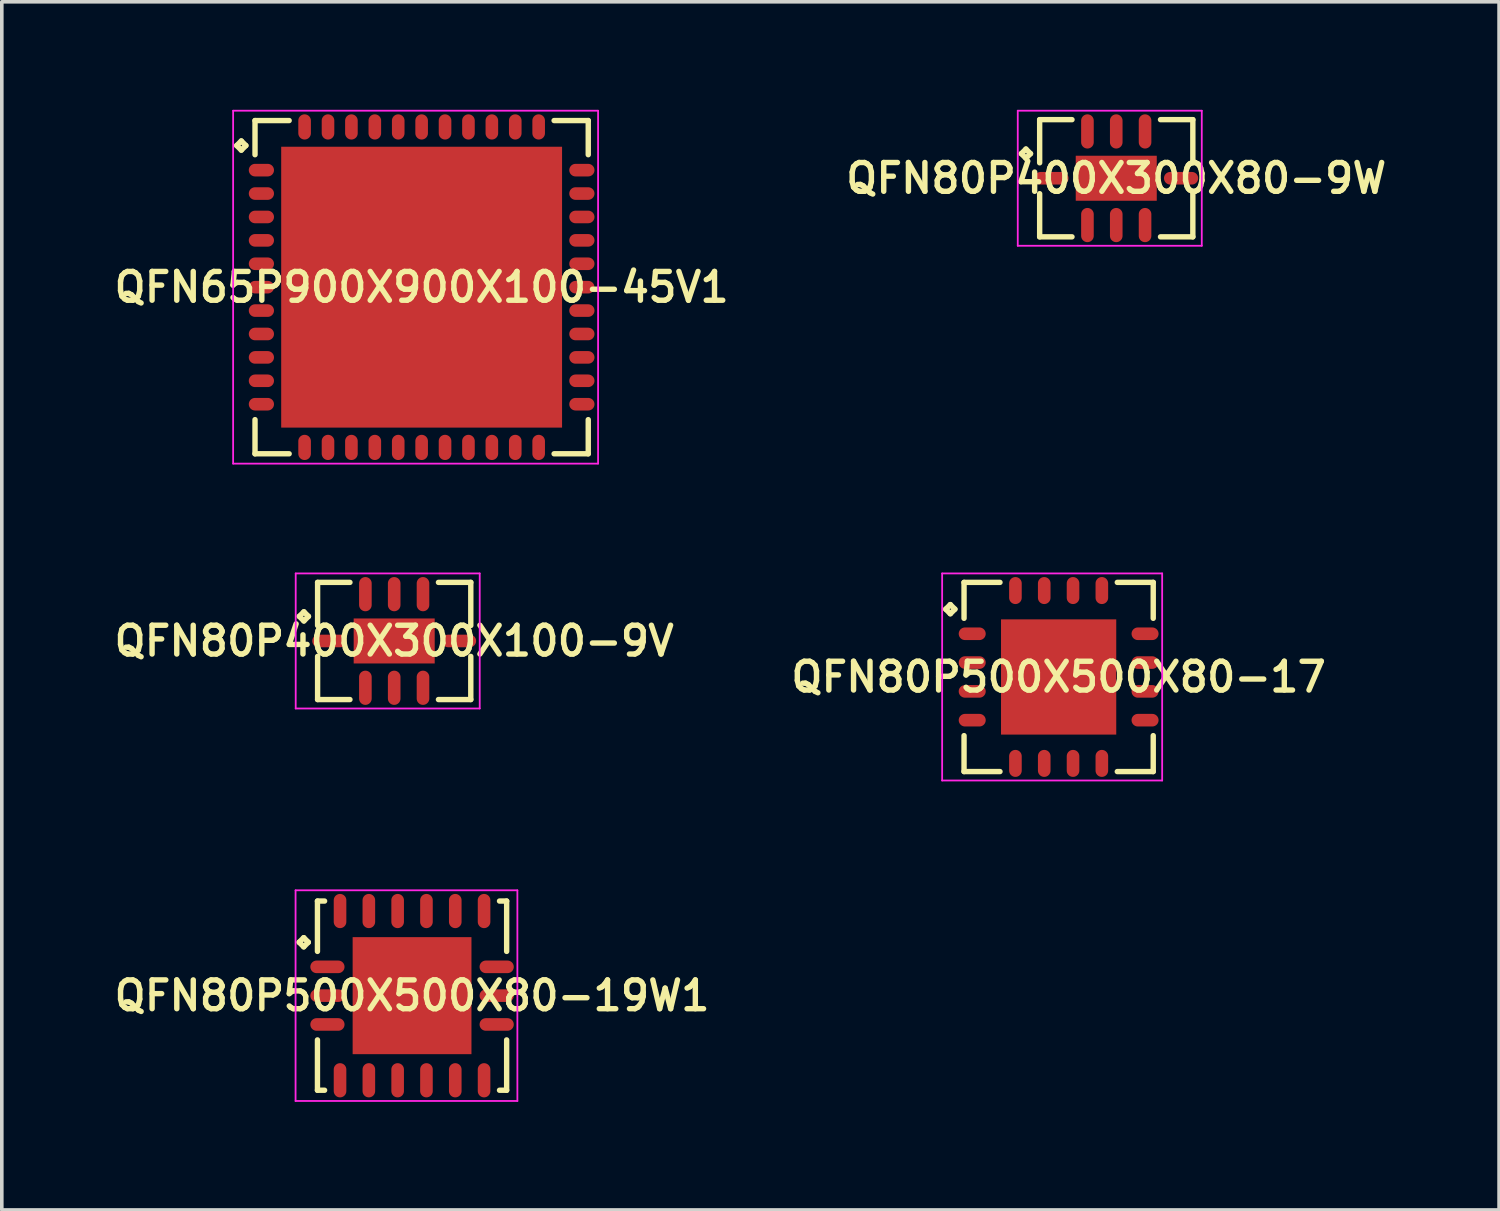
<source format=kicad_pcb>
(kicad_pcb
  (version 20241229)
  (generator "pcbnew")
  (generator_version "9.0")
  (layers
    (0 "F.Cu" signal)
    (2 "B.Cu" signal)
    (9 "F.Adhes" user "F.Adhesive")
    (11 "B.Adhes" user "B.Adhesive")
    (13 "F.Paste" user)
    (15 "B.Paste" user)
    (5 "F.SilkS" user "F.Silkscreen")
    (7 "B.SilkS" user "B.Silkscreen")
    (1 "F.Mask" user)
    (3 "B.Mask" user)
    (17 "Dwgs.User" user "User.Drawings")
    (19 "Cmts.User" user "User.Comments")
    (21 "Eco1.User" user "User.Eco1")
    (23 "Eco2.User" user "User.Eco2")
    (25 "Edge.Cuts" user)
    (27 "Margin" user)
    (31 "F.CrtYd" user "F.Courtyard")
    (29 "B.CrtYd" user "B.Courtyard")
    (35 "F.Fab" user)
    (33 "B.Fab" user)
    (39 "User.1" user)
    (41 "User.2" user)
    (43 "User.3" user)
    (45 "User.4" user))
  (footprint "QFN65P900X900X100-45V1"
    (layer "F.Cu")
    (at 8.659 4.925)
    (property "Reference" "QFN65P900X900X100-45V1" (at 0 0 0) (layer "F.SilkS") (effects (font (size 0.8 0.8) (thickness 0.15))))
    (attr smd)
    (fp_line (start -5.135 -3.933) (end -5.008 -4.06) (stroke (width 0.15) (type solid)) (layer "F.SilkS"))
    (fp_line (start -5.008 -4.06) (end -4.881 -3.933) (stroke (width 0.15) (type solid)) (layer "F.SilkS"))
    (fp_line (start -5.008 -3.806) (end -5.135 -3.933) (stroke (width 0.15) (type solid)) (layer "F.SilkS"))
    (fp_line (start -4.881 -3.933) (end -5.008 -3.806) (stroke (width 0.15) (type solid)) (layer "F.SilkS"))
    (fp_line (start -4.627 -4.627) (end -3.679 -4.627) (stroke (width 0.15) (type solid)) (layer "F.SilkS"))
    (fp_line (start -4.627 -3.679) (end -4.627 -4.627) (stroke (width 0.15) (type solid)) (layer "F.SilkS"))
    (fp_line (start -4.627 3.679) (end -4.627 4.627) (stroke (width 0.15) (type solid)) (layer "F.SilkS"))
    (fp_line (start -4.627 4.627) (end -3.679 4.627) (stroke (width 0.15) (type solid)) (layer "F.SilkS"))
    (fp_line (start 3.679 -4.627) (end 4.627 -4.627) (stroke (width 0.15) (type solid)) (layer "F.SilkS"))
    (fp_line (start 3.679 4.627) (end 4.627 4.627) (stroke (width 0.15) (type solid)) (layer "F.SilkS"))
    (fp_line (start 4.627 -4.627) (end 4.627 -3.679) (stroke (width 0.15) (type solid)) (layer "F.SilkS"))
    (fp_line (start 4.627 4.627) (end 4.627 3.679) (stroke (width 0.15) (type solid)) (layer "F.SilkS"))
    (fp_line (start -5.235 -4.9) (end 4.9 -4.9) (stroke (width 0.05) (type solid)) (layer "F.CrtYd"))
    (fp_line (start -5.235 4.9) (end -5.235 -4.9) (stroke (width 0.05) (type solid)) (layer "F.CrtYd"))
    (fp_line (start 4.9 -4.9) (end 4.9 4.9) (stroke (width 0.05) (type solid)) (layer "F.CrtYd"))
    (fp_line (start 4.9 4.9) (end -5.235 4.9) (stroke (width 0.05) (type solid)) (layer "F.CrtYd"))
    (pad "1" smd oval (at -4.45 -3.25) (size 0.7 0.35) (layers "F.Cu" "F.Mask" "F.Paste"))
    (pad "2" smd oval (at -4.45 -2.6) (size 0.7 0.35) (layers "F.Cu" "F.Mask" "F.Paste"))
    (pad "3" smd oval (at -4.45 -1.95) (size 0.7 0.35) (layers "F.Cu" "F.Mask" "F.Paste"))
    (pad "4" smd oval (at -4.45 -1.3) (size 0.7 0.35) (layers "F.Cu" "F.Mask" "F.Paste"))
    (pad "5" smd oval (at -4.45 -0.65) (size 0.7 0.35) (layers "F.Cu" "F.Mask" "F.Paste"))
    (pad "6" smd oval (at -4.45 0) (size 0.7 0.35) (layers "F.Cu" "F.Mask" "F.Paste"))
    (pad "7" smd oval (at -4.45 0.65) (size 0.7 0.35) (layers "F.Cu" "F.Mask" "F.Paste"))
    (pad "8" smd oval (at -4.45 1.3) (size 0.7 0.35) (layers "F.Cu" "F.Mask" "F.Paste"))
    (pad "9" smd oval (at -4.45 1.95) (size 0.7 0.35) (layers "F.Cu" "F.Mask" "F.Paste"))
    (pad "10" smd oval (at -4.45 2.6) (size 0.7 0.35) (layers "F.Cu" "F.Mask" "F.Paste"))
    (pad "11" smd oval (at -4.45 3.25) (size 0.7 0.35) (layers "F.Cu" "F.Mask" "F.Paste"))
    (pad "12" smd oval (at -3.25 4.45) (size 0.35 0.7) (layers "F.Cu" "F.Mask" "F.Paste"))
    (pad "13" smd oval (at -2.6 4.45) (size 0.35 0.7) (layers "F.Cu" "F.Mask" "F.Paste"))
    (pad "14" smd oval (at -1.95 4.45) (size 0.35 0.7) (layers "F.Cu" "F.Mask" "F.Paste"))
    (pad "15" smd oval (at -1.3 4.45) (size 0.35 0.7) (layers "F.Cu" "F.Mask" "F.Paste"))
    (pad "16" smd oval (at -0.65 4.45) (size 0.35 0.7) (layers "F.Cu" "F.Mask" "F.Paste"))
    (pad "17" smd oval (at 0 4.45) (size 0.35 0.7) (layers "F.Cu" "F.Mask" "F.Paste"))
    (pad "18" smd oval (at 0.65 4.45) (size 0.35 0.7) (layers "F.Cu" "F.Mask" "F.Paste"))
    (pad "19" smd oval (at 1.3 4.45) (size 0.35 0.7) (layers "F.Cu" "F.Mask" "F.Paste"))
    (pad "20" smd oval (at 1.95 4.45) (size 0.35 0.7) (layers "F.Cu" "F.Mask" "F.Paste"))
    (pad "21" smd oval (at 2.6 4.45) (size 0.35 0.7) (layers "F.Cu" "F.Mask" "F.Paste"))
    (pad "22" smd oval (at 3.25 4.45) (size 0.35 0.7) (layers "F.Cu" "F.Mask" "F.Paste"))
    (pad "23" smd oval (at 4.45 3.25) (size 0.7 0.35) (layers "F.Cu" "F.Mask" "F.Paste"))
    (pad "24" smd oval (at 4.45 2.6) (size 0.7 0.35) (layers "F.Cu" "F.Mask" "F.Paste"))
    (pad "25" smd oval (at 4.45 1.95) (size 0.7 0.35) (layers "F.Cu" "F.Mask" "F.Paste"))
    (pad "26" smd oval (at 4.45 1.3) (size 0.7 0.35) (layers "F.Cu" "F.Mask" "F.Paste"))
    (pad "27" smd oval (at 4.45 0.65) (size 0.7 0.35) (layers "F.Cu" "F.Mask" "F.Paste"))
    (pad "28" smd oval (at 4.45 0) (size 0.7 0.35) (layers "F.Cu" "F.Mask" "F.Paste"))
    (pad "29" smd oval (at 4.45 -0.65) (size 0.7 0.35) (layers "F.Cu" "F.Mask" "F.Paste"))
    (pad "30" smd oval (at 4.45 -1.3) (size 0.7 0.35) (layers "F.Cu" "F.Mask" "F.Paste"))
    (pad "31" smd oval (at 4.45 -1.95) (size 0.7 0.35) (layers "F.Cu" "F.Mask" "F.Paste"))
    (pad "32" smd oval (at 4.45 -2.6) (size 0.7 0.35) (layers "F.Cu" "F.Mask" "F.Paste"))
    (pad "33" smd oval (at 4.45 -3.25) (size 0.7 0.35) (layers "F.Cu" "F.Mask" "F.Paste"))
    (pad "34" smd oval (at 3.25 -4.45) (size 0.35 0.7) (layers "F.Cu" "F.Mask" "F.Paste"))
    (pad "35" smd oval (at 2.6 -4.45) (size 0.35 0.7) (layers "F.Cu" "F.Mask" "F.Paste"))
    (pad "36" smd oval (at 1.95 -4.45) (size 0.35 0.7) (layers "F.Cu" "F.Mask" "F.Paste"))
    (pad "37" smd oval (at 1.3 -4.45) (size 0.35 0.7) (layers "F.Cu" "F.Mask" "F.Paste"))
    (pad "38" smd oval (at 0.65 -4.45) (size 0.35 0.7) (layers "F.Cu" "F.Mask" "F.Paste"))
    (pad "39" smd oval (at 0 -4.45) (size 0.35 0.7) (layers "F.Cu" "F.Mask" "F.Paste"))
    (pad "40" smd oval (at -0.65 -4.45) (size 0.35 0.7) (layers "F.Cu" "F.Mask" "F.Paste"))
    (pad "41" smd oval (at -1.3 -4.45) (size 0.35 0.7) (layers "F.Cu" "F.Mask" "F.Paste"))
    (pad "42" smd oval (at -1.95 -4.45) (size 0.35 0.7) (layers "F.Cu" "F.Mask" "F.Paste"))
    (pad "43" smd oval (at -2.6 -4.45) (size 0.35 0.7) (layers "F.Cu" "F.Mask" "F.Paste"))
    (pad "44" smd oval (at -3.25 -4.45) (size 0.35 0.7) (layers "F.Cu" "F.Mask" "F.Paste"))
    (pad "45" smd rect (at 0 0) (size 7.8 7.8) (layers "F.Cu" "F.Mask" "F.Paste")))
  (footprint "QFN80P400X300X80-9W"
    (layer "F.Cu")
    (at 27.949 1.9)
    (property "Reference" "QFN80P400X300X80-9W" (at 0 0 0) (layer "F.SilkS") (effects (font (size 0.8 0.8) (thickness 0.15))))
    (attr smd)
    (fp_line (start -2.635 -0.683) (end -2.508 -0.81) (stroke (width 0.15) (type solid)) (layer "F.SilkS"))
    (fp_line (start -2.508 -0.81) (end -2.381 -0.683) (stroke (width 0.15) (type solid)) (layer "F.SilkS"))
    (fp_line (start -2.508 -0.556) (end -2.635 -0.683) (stroke (width 0.15) (type solid)) (layer "F.SilkS"))
    (fp_line (start -2.381 -0.683) (end -2.508 -0.556) (stroke (width 0.15) (type solid)) (layer "F.SilkS"))
    (fp_line (start -2.127 -1.627) (end -1.229 -1.627) (stroke (width 0.15) (type solid)) (layer "F.SilkS"))
    (fp_line (start -2.127 -0.429) (end -2.127 -1.627) (stroke (width 0.15) (type solid)) (layer "F.SilkS"))
    (fp_line (start -2.127 0.429) (end -2.127 1.627) (stroke (width 0.15) (type solid)) (layer "F.SilkS"))
    (fp_line (start -2.127 1.627) (end -1.229 1.627) (stroke (width 0.15) (type solid)) (layer "F.SilkS"))
    (fp_line (start 1.229 -1.627) (end 2.127 -1.627) (stroke (width 0.15) (type solid)) (layer "F.SilkS"))
    (fp_line (start 1.229 1.627) (end 2.127 1.627) (stroke (width 0.15) (type solid)) (layer "F.SilkS"))
    (fp_line (start 2.127 -1.627) (end 2.127 -0.429) (stroke (width 0.15) (type solid)) (layer "F.SilkS"))
    (fp_line (start 2.127 1.627) (end 2.127 0.429) (stroke (width 0.15) (type solid)) (layer "F.SilkS"))
    (fp_line (start -2.735 -1.875) (end 2.375 -1.875) (stroke (width 0.05) (type solid)) (layer "F.CrtYd"))
    (fp_line (start -2.735 1.875) (end -2.735 -1.875) (stroke (width 0.05) (type solid)) (layer "F.CrtYd"))
    (fp_line (start 2.375 -1.875) (end 2.375 1.875) (stroke (width 0.05) (type solid)) (layer "F.CrtYd"))
    (fp_line (start 2.375 1.875) (end -2.735 1.875) (stroke (width 0.05) (type solid)) (layer "F.CrtYd"))
    (pad "1" smd oval (at -1.8 0) (size 0.95 0.35) (layers "F.Cu" "F.Mask" "F.Paste"))
    (pad "2" smd oval (at -0.8 1.3) (size 0.35 0.95) (layers "F.Cu" "F.Mask" "F.Paste"))
    (pad "3" smd oval (at 0 1.3) (size 0.35 0.95) (layers "F.Cu" "F.Mask" "F.Paste"))
    (pad "4" smd oval (at 0.8 1.3) (size 0.35 0.95) (layers "F.Cu" "F.Mask" "F.Paste"))
    (pad "5" smd oval (at 1.8 0) (size 0.95 0.35) (layers "F.Cu" "F.Mask" "F.Paste"))
    (pad "6" smd oval (at 0.8 -1.3) (size 0.35 0.95) (layers "F.Cu" "F.Mask" "F.Paste"))
    (pad "7" smd oval (at 0 -1.3) (size 0.35 0.95) (layers "F.Cu" "F.Mask" "F.Paste"))
    (pad "8" smd oval (at -0.8 -1.3) (size 0.35 0.95) (layers "F.Cu" "F.Mask" "F.Paste"))
    (pad "9" smd rect (at 0 0) (size 2.25 1.25) (layers "F.Cu" "F.Mask" "F.Paste")))
  (footprint "QFN80P500X500X80-19W1"
    (layer "F.Cu")
    (at 8.393 24.6)
    (property "Reference" "QFN80P500X500X80-19W1" (at 0 0 0) (layer "F.SilkS") (effects (font (size 0.8 0.8) (thickness 0.15))))
    (attr smd)
    (fp_line (start -3.135 -1.483) (end -3.008 -1.61) (stroke (width 0.15) (type solid)) (layer "F.SilkS"))
    (fp_line (start -3.008 -1.61) (end -2.881 -1.483) (stroke (width 0.15) (type solid)) (layer "F.SilkS"))
    (fp_line (start -3.008 -1.356) (end -3.135 -1.483) (stroke (width 0.15) (type solid)) (layer "F.SilkS"))
    (fp_line (start -2.881 -1.483) (end -3.008 -1.356) (stroke (width 0.15) (type solid)) (layer "F.SilkS"))
    (fp_line (start -2.627 -2.627) (end -2.429 -2.627) (stroke (width 0.15) (type solid)) (layer "F.SilkS"))
    (fp_line (start -2.627 -1.229) (end -2.627 -2.627) (stroke (width 0.15) (type solid)) (layer "F.SilkS"))
    (fp_line (start -2.627 1.229) (end -2.627 2.627) (stroke (width 0.15) (type solid)) (layer "F.SilkS"))
    (fp_line (start -2.627 2.627) (end -2.429 2.627) (stroke (width 0.15) (type solid)) (layer "F.SilkS"))
    (fp_line (start 2.429 -2.627) (end 2.627 -2.627) (stroke (width 0.15) (type solid)) (layer "F.SilkS"))
    (fp_line (start 2.429 2.627) (end 2.627 2.627) (stroke (width 0.15) (type solid)) (layer "F.SilkS"))
    (fp_line (start 2.627 -2.627) (end 2.627 -1.229) (stroke (width 0.15) (type solid)) (layer "F.SilkS"))
    (fp_line (start 2.627 2.627) (end 2.627 1.229) (stroke (width 0.15) (type solid)) (layer "F.SilkS"))
    (fp_line (start -3.235 -2.925) (end 2.925 -2.925) (stroke (width 0.05) (type solid)) (layer "F.CrtYd"))
    (fp_line (start -3.235 2.925) (end -3.235 -2.925) (stroke (width 0.05) (type solid)) (layer "F.CrtYd"))
    (fp_line (start 2.925 -2.925) (end 2.925 2.925) (stroke (width 0.05) (type solid)) (layer "F.CrtYd"))
    (fp_line (start 2.925 2.925) (end -3.235 2.925) (stroke (width 0.05) (type solid)) (layer "F.CrtYd"))
    (pad "1" smd oval (at -2.35 -0.8) (size 0.95 0.35) (layers "F.Cu" "F.Mask" "F.Paste"))
    (pad "2" smd oval (at -2.35 0) (size 0.95 0.35) (layers "F.Cu" "F.Mask" "F.Paste"))
    (pad "3" smd oval (at -2.35 0.8) (size 0.95 0.35) (layers "F.Cu" "F.Mask" "F.Paste"))
    (pad "4" smd oval (at -2 2.35) (size 0.35 0.95) (layers "F.Cu" "F.Mask" "F.Paste"))
    (pad "5" smd oval (at -1.2 2.35) (size 0.35 0.95) (layers "F.Cu" "F.Mask" "F.Paste"))
    (pad "6" smd oval (at -0.4 2.35) (size 0.35 0.95) (layers "F.Cu" "F.Mask" "F.Paste"))
    (pad "7" smd oval (at 0.4 2.35) (size 0.35 0.95) (layers "F.Cu" "F.Mask" "F.Paste"))
    (pad "8" smd oval (at 1.2 2.35) (size 0.35 0.95) (layers "F.Cu" "F.Mask" "F.Paste"))
    (pad "9" smd oval (at 2 2.35) (size 0.35 0.95) (layers "F.Cu" "F.Mask" "F.Paste"))
    (pad "10" smd oval (at 2.35 0.8) (size 0.95 0.35) (layers "F.Cu" "F.Mask" "F.Paste"))
    (pad "11" smd oval (at 2.35 0) (size 0.95 0.35) (layers "F.Cu" "F.Mask" "F.Paste"))
    (pad "12" smd oval (at 2.35 -0.8) (size 0.95 0.35) (layers "F.Cu" "F.Mask" "F.Paste"))
    (pad "13" smd oval (at 2 -2.35) (size 0.35 0.95) (layers "F.Cu" "F.Mask" "F.Paste"))
    (pad "14" smd oval (at 1.2 -2.35) (size 0.35 0.95) (layers "F.Cu" "F.Mask" "F.Paste"))
    (pad "15" smd oval (at 0.4 -2.35) (size 0.35 0.95) (layers "F.Cu" "F.Mask" "F.Paste"))
    (pad "16" smd oval (at -0.4 -2.35) (size 0.35 0.95) (layers "F.Cu" "F.Mask" "F.Paste"))
    (pad "17" smd oval (at -1.2 -2.35) (size 0.35 0.95) (layers "F.Cu" "F.Mask" "F.Paste"))
    (pad "18" smd oval (at -2 -2.35) (size 0.35 0.95) (layers "F.Cu" "F.Mask" "F.Paste"))
    (pad "19" smd rect (at 0 0) (size 3.3 3.25) (layers "F.Cu" "F.Mask" "F.Paste")))
  (footprint "QFN80P400X300X100-9V"
    (layer "F.Cu")
    (at 7.897 14.75)
    (property "Reference" "QFN80P400X300X100-9V" (at 0 0 0) (layer "F.SilkS") (effects (font (size 0.8 0.8) (thickness 0.15))))
    (attr smd)
    (fp_line (start -2.635 -0.683) (end -2.508 -0.81) (stroke (width 0.15) (type solid)) (layer "F.SilkS"))
    (fp_line (start -2.508 -0.81) (end -2.381 -0.683) (stroke (width 0.15) (type solid)) (layer "F.SilkS"))
    (fp_line (start -2.508 -0.556) (end -2.635 -0.683) (stroke (width 0.15) (type solid)) (layer "F.SilkS"))
    (fp_line (start -2.381 -0.683) (end -2.508 -0.556) (stroke (width 0.15) (type solid)) (layer "F.SilkS"))
    (fp_line (start -2.127 -1.627) (end -1.229 -1.627) (stroke (width 0.15) (type solid)) (layer "F.SilkS"))
    (fp_line (start -2.127 -0.429) (end -2.127 -1.627) (stroke (width 0.15) (type solid)) (layer "F.SilkS"))
    (fp_line (start -2.127 0.429) (end -2.127 1.627) (stroke (width 0.15) (type solid)) (layer "F.SilkS"))
    (fp_line (start -2.127 1.627) (end -1.229 1.627) (stroke (width 0.15) (type solid)) (layer "F.SilkS"))
    (fp_line (start 1.229 -1.627) (end 2.127 -1.627) (stroke (width 0.15) (type solid)) (layer "F.SilkS"))
    (fp_line (start 1.229 1.627) (end 2.127 1.627) (stroke (width 0.15) (type solid)) (layer "F.SilkS"))
    (fp_line (start 2.127 -1.627) (end 2.127 -0.429) (stroke (width 0.15) (type solid)) (layer "F.SilkS"))
    (fp_line (start 2.127 1.627) (end 2.127 0.429) (stroke (width 0.15) (type solid)) (layer "F.SilkS"))
    (fp_line (start -2.735 -1.875) (end 2.375 -1.875) (stroke (width 0.05) (type solid)) (layer "F.CrtYd"))
    (fp_line (start -2.735 1.875) (end -2.735 -1.875) (stroke (width 0.05) (type solid)) (layer "F.CrtYd"))
    (fp_line (start 2.375 -1.875) (end 2.375 1.875) (stroke (width 0.05) (type solid)) (layer "F.CrtYd"))
    (fp_line (start 2.375 1.875) (end -2.735 1.875) (stroke (width 0.05) (type solid)) (layer "F.CrtYd"))
    (pad "1" smd oval (at -1.8 0) (size 0.95 0.35) (layers "F.Cu" "F.Mask" "F.Paste"))
    (pad "2" smd oval (at -0.8 1.3) (size 0.35 0.95) (layers "F.Cu" "F.Mask" "F.Paste"))
    (pad "3" smd oval (at 0 1.3) (size 0.35 0.95) (layers "F.Cu" "F.Mask" "F.Paste"))
    (pad "4" smd oval (at 0.8 1.3) (size 0.35 0.95) (layers "F.Cu" "F.Mask" "F.Paste"))
    (pad "5" smd oval (at 1.8 0) (size 0.95 0.35) (layers "F.Cu" "F.Mask" "F.Paste"))
    (pad "6" smd oval (at 0.8 -1.3) (size 0.35 0.95) (layers "F.Cu" "F.Mask" "F.Paste"))
    (pad "7" smd oval (at 0 -1.3) (size 0.35 0.95) (layers "F.Cu" "F.Mask" "F.Paste"))
    (pad "8" smd oval (at -0.8 -1.3) (size 0.35 0.95) (layers "F.Cu" "F.Mask" "F.Paste"))
    (pad "9" smd rect (at 0 0) (size 2.25 1.25) (layers "F.Cu" "F.Mask" "F.Paste")))
  (footprint "QFN80P500X500X80-17"
    (layer "F.Cu")
    (at 26.349 15.75)
    (property "Reference" "QFN80P500X500X80-17" (at 0 0 0) (layer "F.SilkS") (effects (font (size 0.8 0.8) (thickness 0.15))))
    (attr smd)
    (fp_line (start -3.135 -1.883) (end -3.008 -2.01) (stroke (width 0.15) (type solid)) (layer "F.SilkS"))
    (fp_line (start -3.008 -2.01) (end -2.881 -1.883) (stroke (width 0.15) (type solid)) (layer "F.SilkS"))
    (fp_line (start -3.008 -1.756) (end -3.135 -1.883) (stroke (width 0.15) (type solid)) (layer "F.SilkS"))
    (fp_line (start -2.881 -1.883) (end -3.008 -1.756) (stroke (width 0.15) (type solid)) (layer "F.SilkS"))
    (fp_line (start -2.627 -2.627) (end -1.629 -2.627) (stroke (width 0.15) (type solid)) (layer "F.SilkS"))
    (fp_line (start -2.627 -1.629) (end -2.627 -2.627) (stroke (width 0.15) (type solid)) (layer "F.SilkS"))
    (fp_line (start -2.627 1.629) (end -2.627 2.627) (stroke (width 0.15) (type solid)) (layer "F.SilkS"))
    (fp_line (start -2.627 2.627) (end -1.629 2.627) (stroke (width 0.15) (type solid)) (layer "F.SilkS"))
    (fp_line (start 1.629 -2.627) (end 2.627 -2.627) (stroke (width 0.15) (type solid)) (layer "F.SilkS"))
    (fp_line (start 1.629 2.627) (end 2.627 2.627) (stroke (width 0.15) (type solid)) (layer "F.SilkS"))
    (fp_line (start 2.627 -2.627) (end 2.627 -1.629) (stroke (width 0.15) (type solid)) (layer "F.SilkS"))
    (fp_line (start 2.627 2.627) (end 2.627 1.629) (stroke (width 0.15) (type solid)) (layer "F.SilkS"))
    (fp_line (start -3.235 -2.875) (end 2.875 -2.875) (stroke (width 0.05) (type solid)) (layer "F.CrtYd"))
    (fp_line (start -3.235 2.875) (end -3.235 -2.875) (stroke (width 0.05) (type solid)) (layer "F.CrtYd"))
    (fp_line (start 2.875 -2.875) (end 2.875 2.875) (stroke (width 0.05) (type solid)) (layer "F.CrtYd"))
    (fp_line (start 2.875 2.875) (end -3.235 2.875) (stroke (width 0.05) (type solid)) (layer "F.CrtYd"))
    (pad "1" smd oval (at -2.4 -1.2) (size 0.75 0.35) (layers "F.Cu" "F.Mask" "F.Paste"))
    (pad "2" smd oval (at -2.4 -0.4) (size 0.75 0.35) (layers "F.Cu" "F.Mask" "F.Paste"))
    (pad "3" smd oval (at -2.4 0.4) (size 0.75 0.35) (layers "F.Cu" "F.Mask" "F.Paste"))
    (pad "4" smd oval (at -2.4 1.2) (size 0.75 0.35) (layers "F.Cu" "F.Mask" "F.Paste"))
    (pad "5" smd oval (at -1.2 2.4) (size 0.35 0.75) (layers "F.Cu" "F.Mask" "F.Paste"))
    (pad "6" smd oval (at -0.4 2.4) (size 0.35 0.75) (layers "F.Cu" "F.Mask" "F.Paste"))
    (pad "7" smd oval (at 0.4 2.4) (size 0.35 0.75) (layers "F.Cu" "F.Mask" "F.Paste"))
    (pad "8" smd oval (at 1.2 2.4) (size 0.35 0.75) (layers "F.Cu" "F.Mask" "F.Paste"))
    (pad "9" smd oval (at 2.4 1.2) (size 0.75 0.35) (layers "F.Cu" "F.Mask" "F.Paste"))
    (pad "10" smd oval (at 2.4 0.4) (size 0.75 0.35) (layers "F.Cu" "F.Mask" "F.Paste"))
    (pad "11" smd oval (at 2.4 -0.4) (size 0.75 0.35) (layers "F.Cu" "F.Mask" "F.Paste"))
    (pad "12" smd oval (at 2.4 -1.2) (size 0.75 0.35) (layers "F.Cu" "F.Mask" "F.Paste"))
    (pad "13" smd oval (at 1.2 -2.4) (size 0.35 0.75) (layers "F.Cu" "F.Mask" "F.Paste"))
    (pad "14" smd oval (at 0.4 -2.4) (size 0.35 0.75) (layers "F.Cu" "F.Mask" "F.Paste"))
    (pad "15" smd oval (at -0.4 -2.4) (size 0.35 0.75) (layers "F.Cu" "F.Mask" "F.Paste"))
    (pad "16" smd oval (at -1.2 -2.4) (size 0.35 0.75) (layers "F.Cu" "F.Mask" "F.Paste"))
    (pad "17" smd rect (at 0 0) (size 3.2 3.2) (layers "F.Cu" "F.Mask" "F.Paste")))
  (gr_rect
    (start -3 -3)
    (end 38.58 30.55)
    (stroke (width 0.1) (type default))
    (fill no)
    (layer "Edge.Cuts")))
</source>
